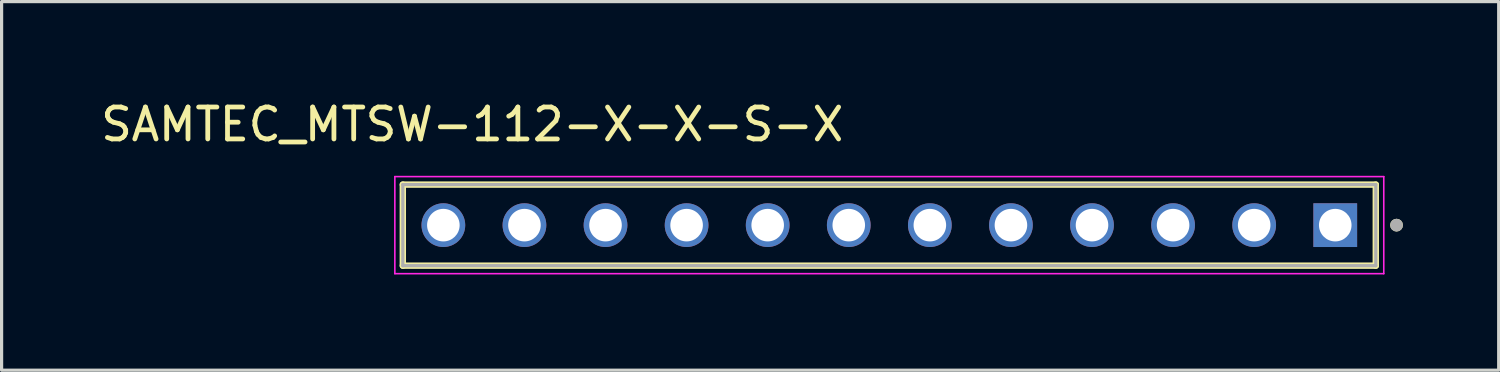
<source format=kicad_pcb>
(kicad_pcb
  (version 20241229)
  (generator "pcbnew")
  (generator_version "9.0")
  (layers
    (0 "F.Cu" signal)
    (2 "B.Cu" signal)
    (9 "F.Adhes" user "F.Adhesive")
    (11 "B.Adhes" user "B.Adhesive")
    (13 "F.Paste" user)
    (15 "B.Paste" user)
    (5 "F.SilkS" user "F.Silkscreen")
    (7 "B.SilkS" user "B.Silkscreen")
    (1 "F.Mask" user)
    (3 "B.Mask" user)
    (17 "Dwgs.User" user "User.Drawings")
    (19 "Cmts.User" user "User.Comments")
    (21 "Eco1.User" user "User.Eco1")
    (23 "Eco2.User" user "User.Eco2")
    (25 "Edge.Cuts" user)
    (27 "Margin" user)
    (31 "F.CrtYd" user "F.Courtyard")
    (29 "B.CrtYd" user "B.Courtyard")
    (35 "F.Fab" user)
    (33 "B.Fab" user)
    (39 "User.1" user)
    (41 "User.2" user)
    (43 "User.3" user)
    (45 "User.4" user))
  (footprint "SAMTEC_MTSW-112-X-X-S-X"
    (layer "F.Cu")
    (at 24.809 4.003)
    (property "Reference" "SAMTEC_MTSW-112-X-X-S-X" (at -13.065 -3.155 0) (layer "F.SilkS") (effects (font (size 1 1) (thickness 0.15))))
    (attr through_hole)
    (fp_line (start -15.24 1.27) (end -15.24 -1.27) (stroke (width 0.2) (type solid)) (layer "F.SilkS"))
    (fp_line (start 15.24 -1.27) (end -15.24 -1.27) (stroke (width 0.2) (type solid)) (layer "F.SilkS"))
    (fp_line (start 15.24 -1.27) (end 15.24 1.27) (stroke (width 0.2) (type solid)) (layer "F.SilkS"))
    (fp_line (start 15.24 1.27) (end -15.24 1.27) (stroke (width 0.2) (type solid)) (layer "F.SilkS"))
    (fp_circle (center 15.89 0) (end 15.99 0) (stroke (width 0.2) (type solid)) (fill no) (layer "F.SilkS"))
    (fp_line (start -15.49 -1.52) (end 15.49 -1.52) (stroke (width 0.05) (type solid)) (layer "F.CrtYd"))
    (fp_line (start -15.49 1.52) (end -15.49 -1.52) (stroke (width 0.05) (type solid)) (layer "F.CrtYd"))
    (fp_line (start 15.49 -1.52) (end 15.49 1.52) (stroke (width 0.05) (type solid)) (layer "F.CrtYd"))
    (fp_line (start 15.49 1.52) (end -15.49 1.52) (stroke (width 0.05) (type solid)) (layer "F.CrtYd"))
    (fp_line (start -15.24 -1.27) (end 15.24 -1.27) (stroke (width 0.1) (type solid)) (layer "F.Fab"))
    (fp_line (start -15.24 1.27) (end -15.24 -1.27) (stroke (width 0.1) (type solid)) (layer "F.Fab"))
    (fp_line (start 15.24 -1.27) (end 15.24 1.27) (stroke (width 0.1) (type solid)) (layer "F.Fab"))
    (fp_line (start 15.24 1.27) (end -15.24 1.27) (stroke (width 0.1) (type solid)) (layer "F.Fab"))
    (fp_circle (center 15.89 0) (end 15.99 0) (stroke (width 0.2) (type solid)) (fill no) (layer "F.Fab"))
    (pad "01" thru_hole rect (at 13.97 0) (size 1.37 1.37) (drill 1.02) (layers "*.Cu" "*.Mask"))
    (pad "02" thru_hole circle (at 11.43 0) (size 1.37 1.37) (drill 1.02) (layers "*.Cu" "*.Mask"))
    (pad "03" thru_hole circle (at 8.89 0) (size 1.37 1.37) (drill 1.02) (layers "*.Cu" "*.Mask"))
    (pad "04" thru_hole circle (at 6.35 0) (size 1.37 1.37) (drill 1.02) (layers "*.Cu" "*.Mask"))
    (pad "05" thru_hole circle (at 3.81 0) (size 1.37 1.37) (drill 1.02) (layers "*.Cu" "*.Mask"))
    (pad "06" thru_hole circle (at 1.27 0) (size 1.37 1.37) (drill 1.02) (layers "*.Cu" "*.Mask"))
    (pad "07" thru_hole circle (at -1.27 0) (size 1.37 1.37) (drill 1.02) (layers "*.Cu" "*.Mask"))
    (pad "08" thru_hole circle (at -3.81 0) (size 1.37 1.37) (drill 1.02) (layers "*.Cu" "*.Mask"))
    (pad "09" thru_hole circle (at -6.35 0) (size 1.37 1.37) (drill 1.02) (layers "*.Cu" "*.Mask"))
    (pad "10" thru_hole circle (at -8.89 0) (size 1.37 1.37) (drill 1.02) (layers "*.Cu" "*.Mask"))
    (pad "11" thru_hole circle (at -11.43 0) (size 1.37 1.37) (drill 1.02) (layers "*.Cu" "*.Mask"))
    (pad "12" thru_hole circle (at -13.97 0) (size 1.37 1.37) (drill 1.02) (layers "*.Cu" "*.Mask")))
  (gr_rect
    (start -3 -3)
    (end 43.899 8.548)
    (stroke (width 0.1) (type default))
    (fill no)
    (layer "Edge.Cuts")))
</source>
